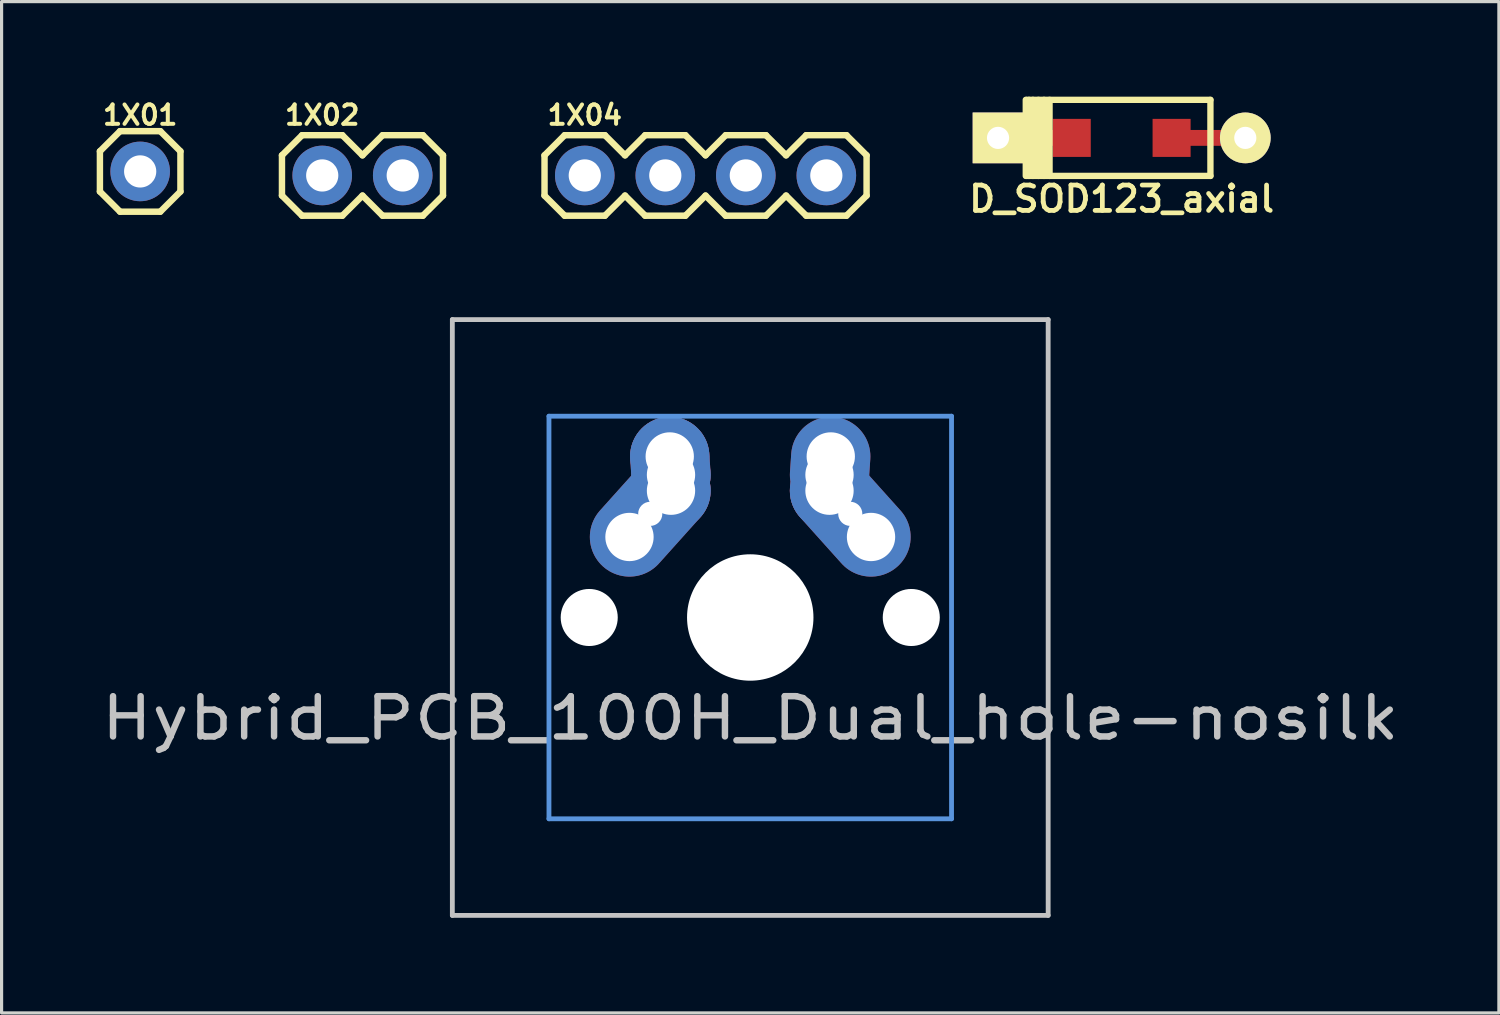
<source format=kicad_pcb>
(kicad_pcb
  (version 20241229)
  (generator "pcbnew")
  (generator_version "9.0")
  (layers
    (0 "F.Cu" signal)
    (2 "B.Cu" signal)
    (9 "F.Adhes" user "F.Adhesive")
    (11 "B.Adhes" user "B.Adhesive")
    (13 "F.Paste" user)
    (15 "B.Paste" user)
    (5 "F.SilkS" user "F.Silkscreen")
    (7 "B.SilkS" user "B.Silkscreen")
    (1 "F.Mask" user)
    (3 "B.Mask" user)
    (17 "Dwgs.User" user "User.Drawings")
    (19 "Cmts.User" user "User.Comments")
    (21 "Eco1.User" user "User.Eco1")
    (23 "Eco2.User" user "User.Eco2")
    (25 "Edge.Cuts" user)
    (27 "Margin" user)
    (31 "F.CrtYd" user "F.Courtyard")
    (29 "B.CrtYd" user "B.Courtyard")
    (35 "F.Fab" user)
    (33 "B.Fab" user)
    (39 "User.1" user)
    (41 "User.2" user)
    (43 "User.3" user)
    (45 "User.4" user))
  (footprint "1X04"
    (layer "F.Cu")
    (at 15.398 2.485)
    (property "Reference" "1X04" (at 0 -1.905 180) (layer "F.SilkS") (effects (font (size 0.61 0.61) (thickness 0.127))))
    (attr exclude_from_pos_files exclude_from_bom)
    (fp_line (start -1.27 -0.635) (end -1.27 0.635) (stroke (width 0.203) (type solid)) (layer "F.SilkS"))
    (fp_line (start -1.27 0.635) (end -0.635 1.27) (stroke (width 0.203) (type solid)) (layer "F.SilkS"))
    (fp_line (start -0.635 -1.27) (end -1.27 -0.635) (stroke (width 0.203) (type solid)) (layer "F.SilkS"))
    (fp_line (start -0.635 -1.27) (end 0.635 -1.27) (stroke (width 0.203) (type solid)) (layer "F.SilkS"))
    (fp_line (start 0.635 -1.27) (end 1.27 -0.635) (stroke (width 0.203) (type solid)) (layer "F.SilkS"))
    (fp_line (start 0.635 1.27) (end -0.635 1.27) (stroke (width 0.203) (type solid)) (layer "F.SilkS"))
    (fp_line (start 1.27 -0.635) (end 1.905 -1.27) (stroke (width 0.203) (type solid)) (layer "F.SilkS"))
    (fp_line (start 1.27 0.635) (end 0.635 1.27) (stroke (width 0.203) (type solid)) (layer "F.SilkS"))
    (fp_line (start 1.905 -1.27) (end 3.175 -1.27) (stroke (width 0.203) (type solid)) (layer "F.SilkS"))
    (fp_line (start 1.905 1.27) (end 1.27 0.635) (stroke (width 0.203) (type solid)) (layer "F.SilkS"))
    (fp_line (start 3.175 -1.27) (end 3.81 -0.635) (stroke (width 0.203) (type solid)) (layer "F.SilkS"))
    (fp_line (start 3.175 1.27) (end 1.905 1.27) (stroke (width 0.203) (type solid)) (layer "F.SilkS"))
    (fp_line (start 3.81 -0.635) (end 4.445 -1.27) (stroke (width 0.203) (type solid)) (layer "F.SilkS"))
    (fp_line (start 3.81 0.635) (end 3.175 1.27) (stroke (width 0.203) (type solid)) (layer "F.SilkS"))
    (fp_line (start 4.445 -1.27) (end 5.715 -1.27) (stroke (width 0.203) (type solid)) (layer "F.SilkS"))
    (fp_line (start 4.445 1.27) (end 3.81 0.635) (stroke (width 0.203) (type solid)) (layer "F.SilkS"))
    (fp_line (start 5.715 -1.27) (end 6.35 -0.635) (stroke (width 0.203) (type solid)) (layer "F.SilkS"))
    (fp_line (start 5.715 1.27) (end 4.445 1.27) (stroke (width 0.203) (type solid)) (layer "F.SilkS"))
    (fp_line (start 6.35 0.635) (end 5.715 1.27) (stroke (width 0.203) (type solid)) (layer "F.SilkS"))
    (fp_line (start 6.35 0.635) (end 6.985 1.27) (stroke (width 0.203) (type solid)) (layer "F.SilkS"))
    (fp_line (start 6.985 -1.27) (end 6.35 -0.635) (stroke (width 0.203) (type solid)) (layer "F.SilkS"))
    (fp_line (start 6.985 -1.27) (end 8.255 -1.27) (stroke (width 0.203) (type solid)) (layer "F.SilkS"))
    (fp_line (start 8.255 -1.27) (end 8.89 -0.635) (stroke (width 0.203) (type solid)) (layer "F.SilkS"))
    (fp_line (start 8.255 1.27) (end 6.985 1.27) (stroke (width 0.203) (type solid)) (layer "F.SilkS"))
    (fp_line (start 8.89 -0.635) (end 8.89 0.635) (stroke (width 0.203) (type solid)) (layer "F.SilkS"))
    (fp_line (start 8.89 0.635) (end 8.255 1.27) (stroke (width 0.203) (type solid)) (layer "F.SilkS"))
    (pad "1" thru_hole circle (at 0 0) (size 1.88 1.88) (drill 1.016) (layers "*.Cu" "*.Mask"))
    (pad "2" thru_hole circle (at 2.54 0) (size 1.88 1.88) (drill 1.016) (layers "*.Cu" "*.Mask"))
    (pad "3" thru_hole circle (at 5.08 0) (size 1.88 1.88) (drill 1.016) (layers "*.Cu" "*.Mask"))
    (pad "4" thru_hole circle (at 7.62 0) (size 1.88 1.88) (drill 1.016) (layers "*.Cu" "*.Mask")))
  (footprint "D_SOD123_axial"
    (layer "F.Cu")
    (at 32.335 1.3)
    (property "Reference" "D_SOD123_axial" (at 0 1.925 0) (layer "F.SilkS") (effects (font (size 0.8 0.8) (thickness 0.15))))
    (attr smd)
    (fp_line (start -3.025 1.2) (end -3.025 -1.2) (stroke (width 0.2) (type solid)) (layer "F.SilkS"))
    (fp_line (start -3 -1.2) (end 2.8 -1.2) (stroke (width 0.2) (type solid)) (layer "F.SilkS"))
    (fp_line (start -2.925 -1.2) (end -2.925 1.2) (stroke (width 0.2) (type solid)) (layer "F.SilkS"))
    (fp_line (start -2.8 -1.2) (end -2.8 1.2) (stroke (width 0.2) (type solid)) (layer "F.SilkS"))
    (fp_line (start -2.625 -1.2) (end -2.625 1.2) (stroke (width 0.2) (type solid)) (layer "F.SilkS"))
    (fp_line (start -2.45 -1.2) (end -2.45 1.2) (stroke (width 0.2) (type solid)) (layer "F.SilkS"))
    (fp_line (start -2.275 -1.2) (end -2.275 1.2) (stroke (width 0.2) (type solid)) (layer "F.SilkS"))
    (fp_line (start 2.8 -1.2) (end 2.8 1.2) (stroke (width 0.2) (type solid)) (layer "F.SilkS"))
    (fp_line (start 2.8 1.2) (end -3 1.2) (stroke (width 0.2) (type solid)) (layer "F.SilkS"))
    (pad "1" thru_hole rect (at -3.9 0) (size 1.6 1.6) (drill 0.7) (layers "*.Cu" "*.Mask" "F.SilkS"))
    (pad "1" smd rect (at -2.7 0) (size 2.5 0.5) (layers "F.Cu"))
    (pad "1" smd rect (at -1.575 0) (size 1.2 1.2) (layers "F.Cu" "F.Mask" "F.Paste"))
    (pad "2" smd rect (at 1.575 0) (size 1.2 1.2) (layers "F.Cu" "F.Mask" "F.Paste"))
    (pad "2" smd rect (at 2.7 0) (size 2.5 0.5) (layers "F.Cu"))
    (pad "2" thru_hole circle (at 3.9 0) (size 1.6 1.6) (drill 0.7) (layers "*.Cu" "*.Mask" "F.SilkS")))
  (footprint "1X02"
    (layer "F.Cu")
    (at 7.115 2.485)
    (property "Reference" "1X02" (at 0 -1.905 0) (layer "F.SilkS") (effects (font (size 0.61 0.61) (thickness 0.127))))
    (attr exclude_from_pos_files exclude_from_bom)
    (fp_line (start -1.27 -0.635) (end -1.27 0.635) (stroke (width 0.203) (type solid)) (layer "F.SilkS"))
    (fp_line (start -1.27 0.635) (end -0.635 1.27) (stroke (width 0.203) (type solid)) (layer "F.SilkS"))
    (fp_line (start -0.635 -1.27) (end -1.27 -0.635) (stroke (width 0.203) (type solid)) (layer "F.SilkS"))
    (fp_line (start -0.635 -1.27) (end 0.635 -1.27) (stroke (width 0.203) (type solid)) (layer "F.SilkS"))
    (fp_line (start 0.635 -1.27) (end 1.27 -0.635) (stroke (width 0.203) (type solid)) (layer "F.SilkS"))
    (fp_line (start 0.635 1.27) (end -0.635 1.27) (stroke (width 0.203) (type solid)) (layer "F.SilkS"))
    (fp_line (start 1.27 -0.635) (end 1.905 -1.27) (stroke (width 0.203) (type solid)) (layer "F.SilkS"))
    (fp_line (start 1.27 0.635) (end 0.635 1.27) (stroke (width 0.203) (type solid)) (layer "F.SilkS"))
    (fp_line (start 1.905 -1.27) (end 3.175 -1.27) (stroke (width 0.203) (type solid)) (layer "F.SilkS"))
    (fp_line (start 1.905 1.27) (end 1.27 0.635) (stroke (width 0.203) (type solid)) (layer "F.SilkS"))
    (fp_line (start 3.175 -1.27) (end 3.81 -0.635) (stroke (width 0.203) (type solid)) (layer "F.SilkS"))
    (fp_line (start 3.175 1.27) (end 1.905 1.27) (stroke (width 0.203) (type solid)) (layer "F.SilkS"))
    (fp_line (start 3.81 -0.635) (end 3.81 0.635) (stroke (width 0.203) (type solid)) (layer "F.SilkS"))
    (fp_line (start 3.81 0.635) (end 3.175 1.27) (stroke (width 0.203) (type solid)) (layer "F.SilkS"))
    (pad "1" thru_hole circle (at 0 0) (size 1.88 1.88) (drill 1.016) (layers "*.Cu" "*.Mask"))
    (pad "2" thru_hole circle (at 2.54 0) (size 1.88 1.88) (drill 1.016) (layers "*.Cu" "*.Mask")))
  (footprint "Hybrid_PCB_100H_Dual_hole-nosilk"
    (layer "F.Cu")
    (at 20.618 16.43)
    (property "Reference" "Hybrid_PCB_100H_Dual_hole-nosilk" (at 0 3.175 0) (layer "Dwgs.User") (effects (font (size 1.27 1.524) (thickness 0.203))))
    (attr through_hole)
    (fp_line (start -9.398 -9.398) (end 9.398 -9.398) (stroke (width 0.152) (type solid)) (layer "Dwgs.User"))
    (fp_line (start -9.398 9.398) (end -9.398 -9.398) (stroke (width 0.152) (type solid)) (layer "Dwgs.User"))
    (fp_line (start 9.398 -9.398) (end 9.398 9.398) (stroke (width 0.152) (type solid)) (layer "Dwgs.User"))
    (fp_line (start 9.398 9.398) (end -9.398 9.398) (stroke (width 0.152) (type solid)) (layer "Dwgs.User"))
    (fp_line (start -6.35 -6.35) (end 6.35 -6.35) (stroke (width 0.152) (type solid)) (layer "Cmts.User"))
    (fp_line (start -6.35 6.35) (end -6.35 -6.35) (stroke (width 0.152) (type solid)) (layer "Cmts.User"))
    (fp_line (start 6.35 -6.35) (end 6.35 6.35) (stroke (width 0.152) (type solid)) (layer "Cmts.User"))
    (fp_line (start 6.35 6.35) (end -6.35 6.35) (stroke (width 0.152) (type solid)) (layer "Cmts.User"))
    (fp_line (start -6.985 -6.985) (end 6.985 -6.985) (stroke (width 0.152) (type solid)) (layer "Eco2.User"))
    (fp_line (start -6.985 6.985) (end -6.985 -6.985) (stroke (width 0.152) (type solid)) (layer "Eco2.User"))
    (fp_line (start 6.985 -6.985) (end 6.985 6.985) (stroke (width 0.152) (type solid)) (layer "Eco2.User"))
    (fp_line (start 6.985 6.985) (end -6.985 6.985) (stroke (width 0.152) (type solid)) (layer "Eco2.User"))
    (pad "" np_thru_hole circle (at -5.08 0) (size 1.8 1.8) (drill 1.8) (layers "*.Cu" "*.Mask"))
    (pad "" np_thru_hole circle (at 0 0) (size 3.988 3.988) (drill 3.988) (layers "*.Cu" "*.Mask"))
    (pad "" np_thru_hole circle (at 5.08 0) (size 1.8 1.8) (drill 1.8) (layers "*.Cu" "*.Mask"))
    (pad "1" thru_hole circle (at -3.81 -2.54 330.9) (size 2 2) (drill 1.524) (layers "*.Cu" "B.Mask"))
    (pad "1" thru_hole oval (at -3.155 -3.27 138.1) (size 2.5 4.462) (drill 0.762) (layers "*.Cu" "B.Mask"))
    (pad "1" thru_hole circle (at -2.54 -5.08 330.9) (size 2.5 2.5) (drill 1.524) (layers "*.Cu" "F.Mask"))
    (pad "1" thru_hole oval (at -2.52 -4.79 3.9) (size 2.5 3.081) (drill 0.762) (layers "*.Cu" "F.Mask"))
    (pad "1" thru_hole circle (at -2.5 -4.5 330.9) (size 2.5 2.5) (drill 1.524) (layers "*.Cu" "F.Mask"))
    (pad "1" thru_hole circle (at -2.5 -4 330.9) (size 2.5 2.5) (drill 1.524) (layers "*.Cu" "*.Mask"))
    (pad "2" thru_hole circle (at 2.5 -4.5 330.9) (size 2 2) (drill 1.524) (layers "*.Cu" "B.Mask"))
    (pad "2" thru_hole circle (at 2.5 -4) (size 2.5 2.5) (drill 1.524) (layers "*.Cu" "*.Mask"))
    (pad "2" thru_hole oval (at 2.52 -4.79 356.1) (size 2.5 3.081) (drill 0.762) (layers "*.Cu" "B.Mask"))
    (pad "2" thru_hole circle (at 2.54 -5.08 330.9) (size 2 2) (drill 1.524) (layers "*.Cu" "B.Mask"))
    (pad "2" thru_hole oval (at 3.155 -3.27 221.9) (size 2.5 4.462) (drill 0.762) (layers "*.Cu" "F.Mask"))
    (pad "2" thru_hole circle (at 3.81 -2.54 330.9) (size 2 2) (drill 1.524) (layers "*.Cu" "F.Mask")))
  (footprint "1X01"
    (layer "F.Cu")
    (at 1.372 2.358)
    (property "Reference" "1X01" (at 0 -1.778 0) (layer "F.SilkS") (effects (font (size 0.61 0.61) (thickness 0.127))))
    (attr exclude_from_pos_files exclude_from_bom)
    (fp_line (start -1.27 -0.635) (end -1.27 0.635) (stroke (width 0.203) (type solid)) (layer "F.SilkS"))
    (fp_line (start -1.27 0.635) (end -0.635 1.27) (stroke (width 0.203) (type solid)) (layer "F.SilkS"))
    (fp_line (start -0.635 -1.27) (end -1.27 -0.635) (stroke (width 0.203) (type solid)) (layer "F.SilkS"))
    (fp_line (start -0.635 1.27) (end 0.635 1.27) (stroke (width 0.203) (type solid)) (layer "F.SilkS"))
    (fp_line (start 0.635 -1.27) (end -0.635 -1.27) (stroke (width 0.203) (type solid)) (layer "F.SilkS"))
    (fp_line (start 0.635 1.27) (end 1.27 0.635) (stroke (width 0.203) (type solid)) (layer "F.SilkS"))
    (fp_line (start 1.27 -0.635) (end 0.635 -1.27) (stroke (width 0.203) (type solid)) (layer "F.SilkS"))
    (fp_line (start 1.27 0.635) (end 1.27 -0.635) (stroke (width 0.203) (type solid)) (layer "F.SilkS"))
    (pad "1" thru_hole circle (at 0 0) (size 1.88 1.88) (drill 1.016) (layers "*.Cu" "*.Mask")))
  (gr_rect
    (start -3 -3)
    (end 44.235 28.905)
    (stroke (width 0.1) (type default))
    (fill no)
    (layer "Edge.Cuts")))
</source>
